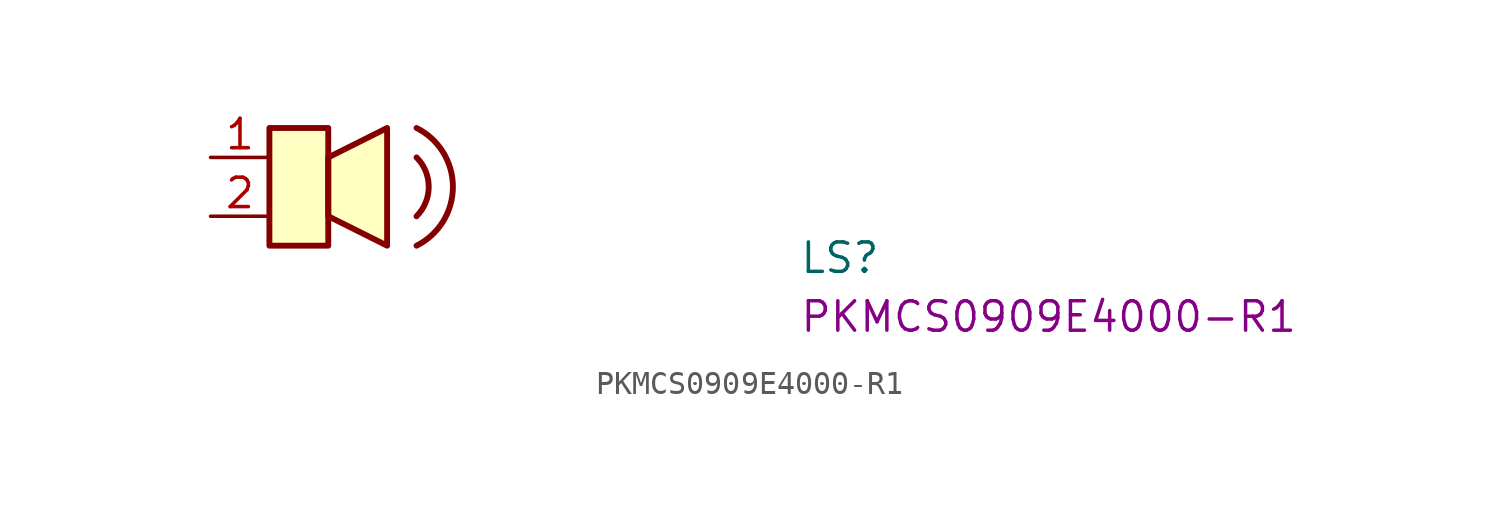
<source format=kicad_sym>
(kicad_symbol_lib
  (version 20220914)
  (generator kicad_symbol_editor)
  (symbol "PKMCS0909E4000-R1"
    (property "Reference" "LS"
      (at 25.4 -5.08 0)
      (effects (font (size 1.27 1.27) (thickness 0.15)) (justify left bottom)))
    (property "MPN" "PKMCS0909E4000-R1"
      (at 25.4 -7.62 0)
      (effects (font (size 1.27 1.27) (thickness 0.15)) (justify left bottom)))
    (symbol "PKMCS0909E4000-R1_1_1"
      (polyline (pts (xy 5.08 0) (xy 7.62 1.27) (xy 7.62 -3.81) (xy 5.08 -2.54) (xy 5.08 0)) (stroke (width 0.254) (type default)) (fill (type background)))
      (rectangle (start 2.54 1.27) (end 5.08 -3.81) (stroke (width 0.254) (type default)) (fill (type background)))
      (arc (start 8.89 -3.81) (mid 10.4598 -1.27) (end 8.89 1.27) (stroke (width 0.254) (type default)) (fill (type none)))
      (arc (start 8.89 -2.54) (mid 9.4161 -1.27) (end 8.89 0) (stroke (width 0.254) (type default)) (fill (type none)))
      (pin passive line (at 0 0 0) (length 2.54) (name "~" (effects (font (size 1.27 1.27)))) (number "1" (effects (font (size 1.27 1.27)))))
      (pin passive line (at 0 -2.54 0) (length 2.54) (name "~" (effects (font (size 1.27 1.27)))) (number "2" (effects (font (size 1.27 1.27))))))))
</source>
